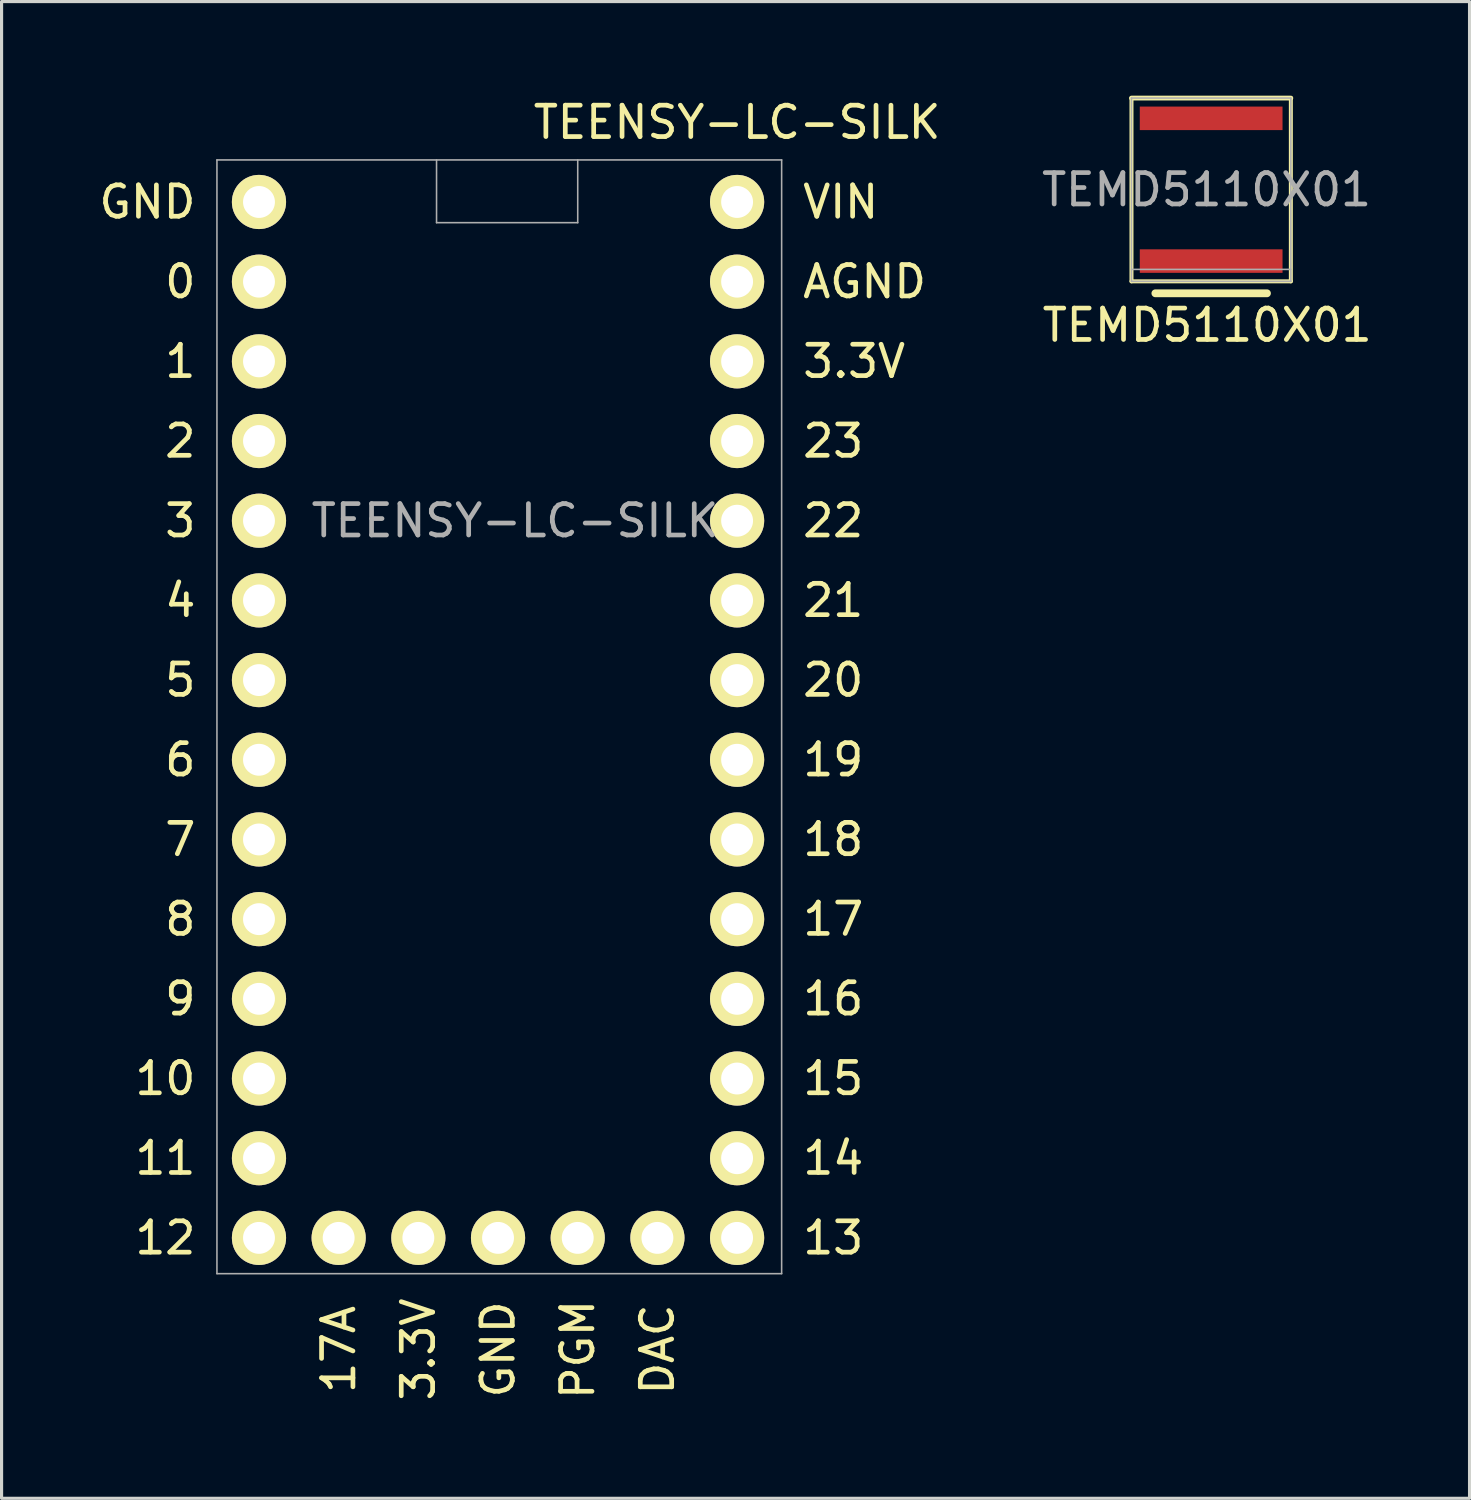
<source format=kicad_pcb>
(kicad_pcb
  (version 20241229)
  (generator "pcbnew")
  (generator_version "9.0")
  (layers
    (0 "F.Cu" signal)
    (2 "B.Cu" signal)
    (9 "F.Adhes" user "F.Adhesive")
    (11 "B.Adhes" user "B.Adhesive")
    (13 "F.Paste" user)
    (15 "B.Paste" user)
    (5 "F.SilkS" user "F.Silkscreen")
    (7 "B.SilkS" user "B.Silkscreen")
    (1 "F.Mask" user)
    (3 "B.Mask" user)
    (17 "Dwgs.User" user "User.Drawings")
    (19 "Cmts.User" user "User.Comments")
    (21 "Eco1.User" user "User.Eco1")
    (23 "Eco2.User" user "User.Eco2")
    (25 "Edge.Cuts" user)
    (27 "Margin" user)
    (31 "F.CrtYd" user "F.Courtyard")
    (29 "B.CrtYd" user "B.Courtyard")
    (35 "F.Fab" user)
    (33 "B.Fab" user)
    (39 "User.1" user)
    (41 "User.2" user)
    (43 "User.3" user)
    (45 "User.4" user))
  (footprint "TEENSY-LC-SILK"
    (layer "F.Cu")
    (at 15.365 13.548)
    (property "Reference" "TEENSY-LC-SILK" (at -2 0 0) (layer "F.Fab") (effects (font (size 1 1) (thickness 0.15))))
    (attr through_hole)
    (fp_line (start -11.5 -11.5) (end -11.5 24) (stroke (width 0.05) (type solid)) (layer "F.Fab"))
    (fp_line (start -11.5 24) (end 6.5 24) (stroke (width 0.05) (type solid)) (layer "F.Fab"))
    (fp_line (start -4.5 -11.5) (end -4.5 -9.5) (stroke (width 0.05) (type solid)) (layer "F.Fab"))
    (fp_line (start -4.5 -9.5) (end 0 -9.5) (stroke (width 0.05) (type solid)) (layer "F.Fab"))
    (fp_line (start 0 -9.5) (end 0 -11.5) (stroke (width 0.05) (type solid)) (layer "F.Fab"))
    (fp_line (start 6.5 -11.5) (end -11.5 -11.5) (stroke (width 0.05) (type solid)) (layer "F.Fab"))
    (fp_line (start 6.5 24) (end 6.5 -11.5) (stroke (width 0.05) (type solid)) (layer "F.Fab"))
    (fp_text user "5" (at -12.668 5.08 0) (layer "F.SilkS") (effects (font (size 1 1) (thickness 0.15))))
    (fp_text user "${REFERENCE}" (at 5.08 -12.7 0) (layer "F.SilkS") (effects (font (size 1 1) (thickness 0.15))))
    (fp_text user "21" (at 8.144 2.54 0) (layer "F.SilkS") (effects (font (size 1 1) (thickness 0.15))))
    (fp_text user "11" (at -13.145 20.32 0) (layer "F.SilkS") (effects (font (size 1 1) (thickness 0.15))))
    (fp_text user "14" (at 8.144 20.32 0) (layer "F.SilkS") (effects (font (size 1 1) (thickness 0.15))))
    (fp_text user "4" (at -12.668 2.54 0) (layer "F.SilkS") (effects (font (size 1 1) (thickness 0.15))))
    (fp_text user "10" (at -13.145 17.78 0) (layer "F.SilkS") (effects (font (size 1 1) (thickness 0.15))))
    (fp_text user "19" (at 8.144 7.62 0) (layer "F.SilkS") (effects (font (size 1 1) (thickness 0.15))))
    (fp_text user "7" (at -12.668 10.16 0) (layer "F.SilkS") (effects (font (size 1 1) (thickness 0.15))))
    (fp_text user "2" (at -12.668 -2.54 0) (layer "F.SilkS") (effects (font (size 1 1) (thickness 0.15))))
    (fp_text user "16" (at 8.144 15.24 0) (layer "F.SilkS") (effects (font (size 1 1) (thickness 0.15))))
    (fp_text user "AGND" (at 9.144 -7.62 0) (layer "F.SilkS") (effects (font (size 1 1) (thickness 0.15))))
    (fp_text user "GND" (at -2.54 26.416 90) (layer "F.SilkS") (effects (font (size 1 1) (thickness 0.15))))
    (fp_text user "15" (at 8.144 17.78 0) (layer "F.SilkS") (effects (font (size 1 1) (thickness 0.15))))
    (fp_text user "12" (at -13.145 22.86 0) (layer "F.SilkS") (effects (font (size 1 1) (thickness 0.15))))
    (fp_text user "8" (at -12.668 12.7 0) (layer "F.SilkS") (effects (font (size 1 1) (thickness 0.15))))
    (fp_text user "3.3V" (at -5.08 26.416 90) (layer "F.SilkS") (effects (font (size 1 1) (thickness 0.15))))
    (fp_text user "3" (at -12.668 0 0) (layer "F.SilkS") (effects (font (size 1 1) (thickness 0.15))))
    (fp_text user "0" (at -12.668 -7.62 0) (layer "F.SilkS") (effects (font (size 1 1) (thickness 0.15))))
    (fp_text user "13" (at 8.144 22.86 0) (layer "F.SilkS") (effects (font (size 1 1) (thickness 0.15))))
    (fp_text user "17A" (at -7.62 26.416 90) (layer "F.SilkS") (effects (font (size 1 1) (thickness 0.15))))
    (fp_text user "VIN" (at 8.382 -10.16 0) (layer "F.SilkS") (effects (font (size 1 1) (thickness 0.15))))
    (fp_text user "22" (at 8.144 0 0) (layer "F.SilkS") (effects (font (size 1 1) (thickness 0.15))))
    (fp_text user "23" (at 8.144 -2.54 0) (layer "F.SilkS") (effects (font (size 1 1) (thickness 0.15))))
    (fp_text user "6" (at -12.668 7.62 0) (layer "F.SilkS") (effects (font (size 1 1) (thickness 0.15))))
    (fp_text user "PGM" (at 0 26.416 90) (layer "F.SilkS") (effects (font (size 1 1) (thickness 0.15))))
    (fp_text user "17" (at 8.144 12.7 0) (layer "F.SilkS") (effects (font (size 1 1) (thickness 0.15))))
    (fp_text user "GND" (at -13.716 -10.16 0) (layer "F.SilkS") (effects (font (size 1 1) (thickness 0.15))))
    (fp_text user "DAC" (at 2.54 26.416 90) (layer "F.SilkS") (effects (font (size 1 1) (thickness 0.15))))
    (fp_text user "9" (at -12.668 15.24 0) (layer "F.SilkS") (effects (font (size 1 1) (thickness 0.15))))
    (fp_text user "20" (at 8.144 5.08 0) (layer "F.SilkS") (effects (font (size 1 1) (thickness 0.15))))
    (fp_text user "1" (at -12.668 -5.08 0) (layer "F.SilkS") (effects (font (size 1 1) (thickness 0.15))))
    (fp_text user "3.3V" (at 8.811 -5.08 0) (layer "F.SilkS") (effects (font (size 1 1) (thickness 0.15))))
    (fp_text user "18" (at 8.144 10.16 0) (layer "F.SilkS") (effects (font (size 1 1) (thickness 0.15))))
    (pad "0" thru_hole circle (at -10.16 -7.62) (size 1.727 1.727) (drill 1.016) (layers "*.Cu" "*.Mask" "F.SilkS"))
    (pad "1" thru_hole circle (at -10.16 -5.08) (size 1.727 1.727) (drill 1.016) (layers "*.Cu" "*.Mask" "F.SilkS"))
    (pad "2" thru_hole circle (at -10.16 -2.54) (size 1.727 1.727) (drill 1.016) (layers "*.Cu" "*.Mask" "F.SilkS"))
    (pad "3" thru_hole circle (at -10.16 0) (size 1.727 1.727) (drill 1.016) (layers "*.Cu" "*.Mask" "F.SilkS"))
    (pad "3V1" thru_hole circle (at -5.08 22.86) (size 1.727 1.727) (drill 1.016) (layers "*.Cu" "*.Mask" "F.SilkS"))
    (pad "3V2" thru_hole circle (at 5.08 -5.08) (size 1.727 1.727) (drill 1.016) (layers "*.Cu" "*.Mask" "F.SilkS"))
    (pad "4" thru_hole circle (at -10.16 2.54) (size 1.727 1.727) (drill 1.016) (layers "*.Cu" "*.Mask" "F.SilkS"))
    (pad "5" thru_hole circle (at -10.16 5.08) (size 1.727 1.727) (drill 1.016) (layers "*.Cu" "*.Mask" "F.SilkS"))
    (pad "6" thru_hole circle (at -10.16 7.62) (size 1.727 1.727) (drill 1.016) (layers "*.Cu" "*.Mask" "F.SilkS"))
    (pad "7" thru_hole circle (at -10.16 10.16) (size 1.727 1.727) (drill 1.016) (layers "*.Cu" "*.Mask" "F.SilkS"))
    (pad "8" thru_hole circle (at -10.16 12.7) (size 1.727 1.727) (drill 1.016) (layers "*.Cu" "*.Mask" "F.SilkS"))
    (pad "9" thru_hole circle (at -10.16 15.24) (size 1.727 1.727) (drill 1.016) (layers "*.Cu" "*.Mask" "F.SilkS"))
    (pad "10" thru_hole circle (at -10.16 17.78) (size 1.727 1.727) (drill 1.016) (layers "*.Cu" "*.Mask" "F.SilkS"))
    (pad "11" thru_hole circle (at -10.16 20.32) (size 1.727 1.727) (drill 1.016) (layers "*.Cu" "*.Mask" "F.SilkS"))
    (pad "12" thru_hole circle (at -10.16 22.86) (size 1.727 1.727) (drill 1.016) (layers "*.Cu" "*.Mask" "F.SilkS"))
    (pad "13" thru_hole circle (at 5.08 22.86) (size 1.727 1.727) (drill 1.016) (layers "*.Cu" "*.Mask" "F.SilkS"))
    (pad "14" thru_hole circle (at 5.08 20.32) (size 1.727 1.727) (drill 1.016) (layers "*.Cu" "*.Mask" "F.SilkS"))
    (pad "15" thru_hole circle (at 5.08 17.78) (size 1.727 1.727) (drill 1.016) (layers "*.Cu" "*.Mask" "F.SilkS"))
    (pad "16" thru_hole circle (at 5.08 15.24) (size 1.727 1.727) (drill 1.016) (layers "*.Cu" "*.Mask" "F.SilkS"))
    (pad "17" thru_hole circle (at 5.08 12.7) (size 1.727 1.727) (drill 1.016) (layers "*.Cu" "*.Mask" "F.SilkS"))
    (pad "17A" thru_hole circle (at -7.62 22.86) (size 1.727 1.727) (drill 1.016) (layers "*.Cu" "*.Mask" "F.SilkS"))
    (pad "18" thru_hole circle (at 5.08 10.16) (size 1.727 1.727) (drill 1.016) (layers "*.Cu" "*.Mask" "F.SilkS"))
    (pad "19" thru_hole circle (at 5.08 7.62) (size 1.727 1.727) (drill 1.016) (layers "*.Cu" "*.Mask" "F.SilkS"))
    (pad "20" thru_hole circle (at 5.08 5.08) (size 1.727 1.727) (drill 1.016) (layers "*.Cu" "*.Mask" "F.SilkS"))
    (pad "21" thru_hole circle (at 5.08 2.54) (size 1.727 1.727) (drill 1.016) (layers "*.Cu" "*.Mask" "F.SilkS"))
    (pad "22" thru_hole circle (at 5.08 0) (size 1.727 1.727) (drill 1.016) (layers "*.Cu" "*.Mask" "F.SilkS"))
    (pad "23" thru_hole circle (at 5.08 -2.54) (size 1.727 1.727) (drill 1.016) (layers "*.Cu" "*.Mask" "F.SilkS"))
    (pad "AG" thru_hole circle (at 5.08 -7.62) (size 1.727 1.727) (drill 1.016) (layers "*.Cu" "*.Mask" "F.SilkS"))
    (pad "DAC" thru_hole circle (at 2.54 22.86) (size 1.727 1.727) (drill 1.016) (layers "*.Cu" "*.Mask" "F.SilkS"))
    (pad "G1" thru_hole circle (at -10.16 -10.16) (size 1.727 1.727) (drill 1.016) (layers "*.Cu" "*.Mask" "F.SilkS"))
    (pad "G2" thru_hole circle (at -2.54 22.86) (size 1.727 1.727) (drill 1.016) (layers "*.Cu" "*.Mask" "F.SilkS"))
    (pad "PGM" thru_hole circle (at 0 22.86) (size 1.727 1.727) (drill 1.016) (layers "*.Cu" "*.Mask" "F.SilkS"))
    (pad "VIN" thru_hole circle (at 5.08 -10.16) (size 1.727 1.727) (drill 1.016) (layers "*.Cu" "*.Mask" "F.SilkS")))
  (footprint "TEMD5110X01"
    (layer "F.Cu")
    (at 35.556 2.997)
    (property "Reference" "TEMD5110X01" (at -0.147 0 0) (layer "F.Fab") (effects (font (size 1 1) (thickness 0.15))))
    (attr through_hole)
    (fp_line (start -2.54 -2.921) (end -2.54 2.921) (stroke (width 0.127) (type solid)) (layer "F.SilkS"))
    (fp_line (start -2.54 2.921) (end 2.54 2.921) (stroke (width 0.127) (type solid)) (layer "F.SilkS"))
    (fp_line (start 1.778 3.302) (end -1.778 3.302) (stroke (width 0.25) (type solid)) (layer "F.SilkS"))
    (fp_line (start 2.54 -2.921) (end -2.54 -2.921) (stroke (width 0.152) (type solid)) (layer "F.SilkS"))
    (fp_line (start 2.54 2.921) (end 2.54 -2.921) (stroke (width 0.127) (type solid)) (layer "F.SilkS"))
    (fp_line (start -2.54 -2.921) (end -2.54 2.921) (stroke (width 0.05) (type solid)) (layer "F.Fab"))
    (fp_line (start -2.54 2.54) (end 2.54 2.54) (stroke (width 0.05) (type solid)) (layer "F.Fab"))
    (fp_line (start -2.54 2.921) (end 2.54 2.921) (stroke (width 0.05) (type solid)) (layer "F.Fab"))
    (fp_line (start 2.54 -2.921) (end -2.54 -2.921) (stroke (width 0.05) (type solid)) (layer "F.Fab"))
    (fp_line (start 2.54 2.921) (end 2.54 -2.921) (stroke (width 0.05) (type solid)) (layer "F.Fab"))
    (fp_text user "${REFERENCE}" (at -0.127 4.318 0) (layer "F.SilkS") (effects (font (size 1 1) (thickness 0.15))))
    (pad "1" smd rect (at 0 2.275) (size 4.55 0.75) (layers "F.Cu" "F.Mask" "F.Paste"))
    (pad "2" smd rect (at 0 -2.275) (size 4.55 0.75) (layers "F.Cu" "F.Mask" "F.Paste")))
  (gr_rect
    (start -3 -3)
    (end 43.792 44.708)
    (stroke (width 0.1) (type default))
    (fill no)
    (layer "Edge.Cuts")))
</source>
